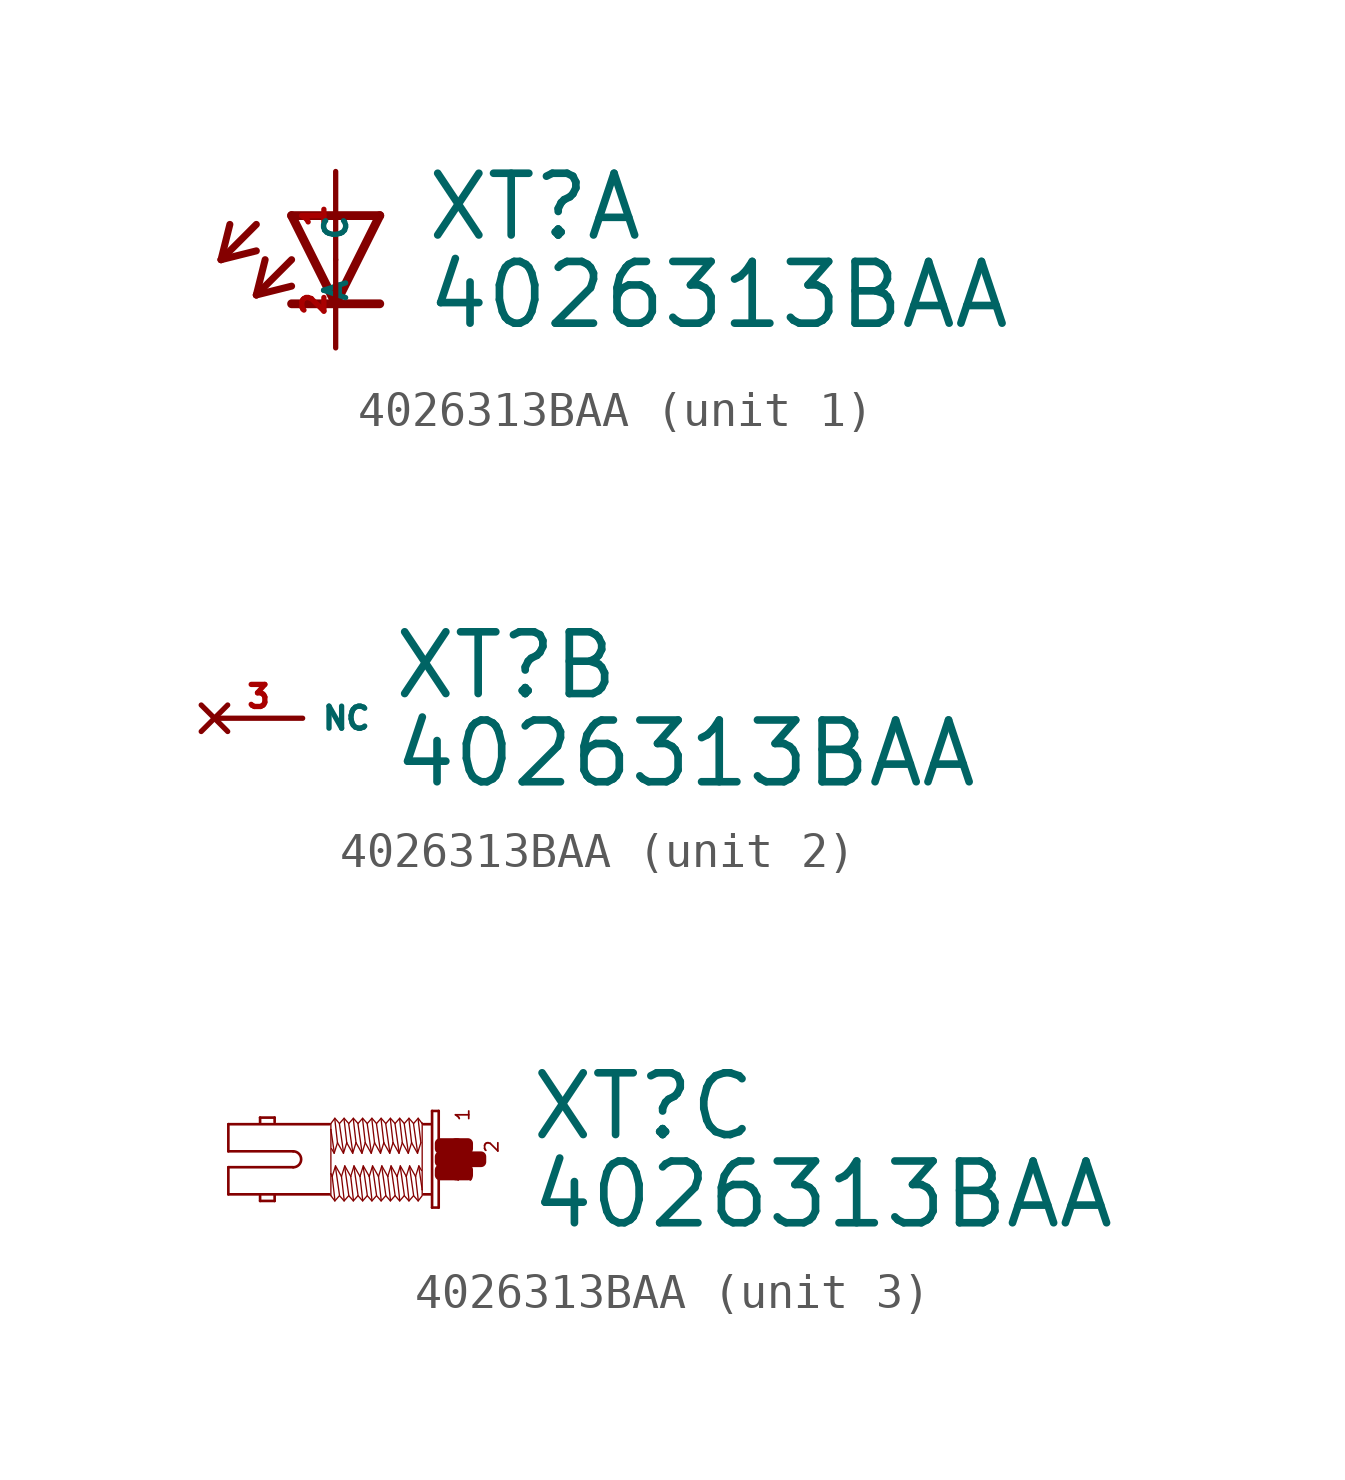
<source format=kicad_sym>
(kicad_symbol_lib
  (version 20220914)
  (generator Eagle2Kicad)
  (symbol "4026313BAA"
    (property "Reference" "XT"
      (at 2.54 0.483 0)
      (effects (font (size 1.778 1.778) (thickness 0.22)) (justify left bottom)))
    (property "Value" "4026313BAA"
      (at 2.54 -2.057 0)
      (effects (font (size 1.778 1.778) (thickness 0.22)) (justify left bottom)))
    (symbol "4026313BAA_1_0"
      (polyline (pts (xy -1.27 1.27) (xy 0 -1.27)) (stroke (width 0.254) (type default)) (fill (type none)))
      (polyline (pts (xy 0 -1.27) (xy 1.27 1.27)) (stroke (width 0.254) (type default)) (fill (type none)))
      (polyline (pts (xy 1.27 -1.27) (xy 0 -1.27)) (stroke (width 0.254) (type default)) (fill (type none)))
      (polyline (pts (xy 1.27 1.27) (xy -1.27 1.27)) (stroke (width 0.254) (type default)) (fill (type none)))
      (polyline (pts (xy 0 -1.27) (xy -1.27 -1.27)) (stroke (width 0.254) (type default)) (fill (type none)))
      (polyline (pts (xy -2.286 1.016) (xy -3.302 0)) (stroke (width 0.203) (type default)) (fill (type none)))
      (polyline (pts (xy -3.302 0) (xy -2.286 0.254)) (stroke (width 0.203) (type default)) (fill (type none)))
      (polyline (pts (xy -3.302 0) (xy -3.048 1.016)) (stroke (width 0.203) (type default)) (fill (type none)))
      (polyline (pts (xy -1.27 0) (xy -2.286 -1.016)) (stroke (width 0.203) (type default)) (fill (type none)))
      (polyline (pts (xy -2.286 -1.016) (xy -1.27 -0.762)) (stroke (width 0.203) (type default)) (fill (type none)))
      (polyline (pts (xy -2.286 -1.016) (xy -2.032 0)) (stroke (width 0.203) (type default)) (fill (type none)))
      (pin passive line (at 0 2.54 270) (length 2.54) (name "A" (effects (font (size 0.635 0.635) (thickness 0.08)) (justify left bottom))) (number "1" (effects (font (size 0.635 0.635) (thickness 0.08)) (justify left bottom))))
      (pin passive line (at 0 -2.54 90) (length 2.54) (name "C" (effects (font (size 0.635 0.635) (thickness 0.08)) (justify left bottom))) (number "2" (effects (font (size 0.635 0.635) (thickness 0.08)) (justify left bottom)))))
    (symbol "4026313BAA_2_0"
      (pin no_connect line (at -2.54 0 0) (length 2.54) (name "NC" (effects (font (size 0.635 0.635) (thickness 0.08)) (justify left bottom) hide)) (number "3" (effects (font (size 0.635 0.635) (thickness 0.08)) (justify left bottom) hide))))
    (symbol "4026313BAA_3_0"
      (polyline (pts (xy -0.038 1.391) (xy -0.038 -1.391)) (stroke (width 0.076) (type default)) (fill (type none)))
      (polyline (pts (xy -0.038 -1.391) (xy -0.229 -1.391)) (stroke (width 0.076) (type default)) (fill (type none)))
      (polyline (pts (xy -0.229 -1.391) (xy -0.229 1.391)) (stroke (width 0.076) (type default)) (fill (type none)))
      (polyline (pts (xy -0.229 1.391) (xy -0.038 1.391)) (stroke (width 0.076) (type default)) (fill (type none)))
      (polyline (pts (xy -0.267 1.01) (xy -0.476 1.01)) (stroke (width 0.076) (type default)) (fill (type none)))
      (polyline (pts (xy -0.267 -1.01) (xy -0.476 -1.01)) (stroke (width 0.076) (type default)) (fill (type none)))
      (polyline (pts (xy -3.181 -1.01) (xy -6.096 -1.01)) (stroke (width 0.076) (type default)) (fill (type none)))
      (polyline (pts (xy -6.096 -1.01) (xy -6.096 -0.229)) (stroke (width 0.076) (type default)) (fill (type none)))
      (polyline (pts (xy -6.096 -0.229) (xy -4.229 -0.229)) (stroke (width 0.076) (type default)) (fill (type none)))
      (polyline (pts (xy -4.229 0.229) (xy -6.096 0.229)) (stroke (width 0.076) (type default)) (fill (type none)))
      (polyline (pts (xy -6.096 0.229) (xy -6.096 1.01)) (stroke (width 0.076) (type default)) (fill (type none)))
      (polyline (pts (xy -6.096 1.01) (xy -3.181 1.01)) (stroke (width 0.076) (type default)) (fill (type none)))
      (polyline (pts (xy -4.763 -1.029) (xy -4.763 -1.2)) (stroke (width 0.076) (type default)) (fill (type none)))
      (polyline (pts (xy -4.763 -1.2) (xy -5.182 -1.2)) (stroke (width 0.076) (type default)) (fill (type none)))
      (polyline (pts (xy -5.182 -1.2) (xy -5.182 -1.048)) (stroke (width 0.076) (type default)) (fill (type none)))
      (polyline (pts (xy -4.763 1.067) (xy -4.763 1.2)) (stroke (width 0.076) (type default)) (fill (type none)))
      (polyline (pts (xy -4.763 1.2) (xy -5.182 1.2)) (stroke (width 0.076) (type default)) (fill (type none)))
      (polyline (pts (xy -5.182 1.2) (xy -5.182 1.048)) (stroke (width 0.076) (type default)) (fill (type none)))
      (polyline (pts (xy -0.514 -1.048) (xy -0.629 -1.2)) (stroke (width 0.038) (type default)) (fill (type none)))
      (polyline (pts (xy -0.629 -1.2) (xy -0.762 -1.048)) (stroke (width 0.038) (type default)) (fill (type none)))
      (polyline (pts (xy -0.762 -1.048) (xy -0.895 -1.2)) (stroke (width 0.038) (type default)) (fill (type none)))
      (polyline (pts (xy -0.895 -1.2) (xy -1.029 -1.048)) (stroke (width 0.038) (type default)) (fill (type none)))
      (polyline (pts (xy -1.029 -1.048) (xy -1.162 -1.2)) (stroke (width 0.038) (type default)) (fill (type none)))
      (polyline (pts (xy -1.162 -1.2) (xy -1.295 -1.048)) (stroke (width 0.038) (type default)) (fill (type none)))
      (polyline (pts (xy -1.295 -1.048) (xy -1.429 -1.2)) (stroke (width 0.038) (type default)) (fill (type none)))
      (polyline (pts (xy -1.429 -1.2) (xy -1.562 -1.048)) (stroke (width 0.038) (type default)) (fill (type none)))
      (polyline (pts (xy -1.562 -1.048) (xy -1.696 -1.2)) (stroke (width 0.038) (type default)) (fill (type none)))
      (polyline (pts (xy -1.696 -1.2) (xy -1.829 -1.048)) (stroke (width 0.038) (type default)) (fill (type none)))
      (polyline (pts (xy -1.829 -1.048) (xy -1.962 -1.2)) (stroke (width 0.038) (type default)) (fill (type none)))
      (polyline (pts (xy -1.962 -1.2) (xy -2.095 -1.048)) (stroke (width 0.038) (type default)) (fill (type none)))
      (polyline (pts (xy -2.095 -1.048) (xy -2.229 -1.2)) (stroke (width 0.038) (type default)) (fill (type none)))
      (polyline (pts (xy -2.229 -1.2) (xy -2.362 -1.048)) (stroke (width 0.038) (type default)) (fill (type none)))
      (polyline (pts (xy -2.362 -1.048) (xy -2.496 -1.2)) (stroke (width 0.038) (type default)) (fill (type none)))
      (polyline (pts (xy -2.496 -1.2) (xy -2.629 -1.048)) (stroke (width 0.038) (type default)) (fill (type none)))
      (polyline (pts (xy -2.629 -1.048) (xy -2.762 -1.2)) (stroke (width 0.038) (type default)) (fill (type none)))
      (polyline (pts (xy -2.762 -1.2) (xy -2.896 -1.048)) (stroke (width 0.038) (type default)) (fill (type none)))
      (polyline (pts (xy -2.896 -1.048) (xy -3.029 -1.2)) (stroke (width 0.038) (type default)) (fill (type none)))
      (polyline (pts (xy -3.029 -1.2) (xy -3.143 -1.048)) (stroke (width 0.038) (type default)) (fill (type none)))
      (polyline (pts (xy -3.143 -1.048) (xy -3.143 -0.419)) (stroke (width 0.038) (type default)) (fill (type none)))
      (polyline (pts (xy -3.143 -0.419) (xy -3.143 0.857)) (stroke (width 0.038) (type default)) (fill (type none)))
      (polyline (pts (xy -3.143 0.857) (xy -3.143 1.029)) (stroke (width 0.038) (type default)) (fill (type none)))
      (polyline (pts (xy -0.514 1.048) (xy -0.514 1.029)) (stroke (width 0.038) (type default)) (fill (type none)))
      (polyline (pts (xy -0.514 1.029) (xy -0.514 -0.876)) (stroke (width 0.038) (type default)) (fill (type none)))
      (polyline (pts (xy -0.514 -0.876) (xy -0.514 -1.029)) (stroke (width 0.038) (type default)) (fill (type none)))
      (polyline (pts (xy -0.533 -0.324) (xy -0.61 -0.191)) (stroke (width 0.038) (type default)) (fill (type none)))
      (polyline (pts (xy -0.61 -0.191) (xy -0.705 -0.495)) (stroke (width 0.038) (type default)) (fill (type none)))
      (polyline (pts (xy -0.705 -0.495) (xy -0.876 -0.191)) (stroke (width 0.038) (type default)) (fill (type none)))
      (polyline (pts (xy -0.876 -0.191) (xy -0.972 -0.495)) (stroke (width 0.038) (type default)) (fill (type none)))
      (polyline (pts (xy -0.972 -0.495) (xy -1.143 -0.191)) (stroke (width 0.038) (type default)) (fill (type none)))
      (polyline (pts (xy -1.143 -0.191) (xy -1.238 -0.495)) (stroke (width 0.038) (type default)) (fill (type none)))
      (polyline (pts (xy -1.238 -0.495) (xy -1.41 -0.191)) (stroke (width 0.038) (type default)) (fill (type none)))
      (polyline (pts (xy -1.41 -0.191) (xy -1.505 -0.495)) (stroke (width 0.038) (type default)) (fill (type none)))
      (polyline (pts (xy -1.505 -0.495) (xy -1.676 -0.191)) (stroke (width 0.038) (type default)) (fill (type none)))
      (polyline (pts (xy -1.676 -0.191) (xy -1.772 -0.495)) (stroke (width 0.038) (type default)) (fill (type none)))
      (polyline (pts (xy -1.772 -0.495) (xy -1.943 -0.191)) (stroke (width 0.038) (type default)) (fill (type none)))
      (polyline (pts (xy -1.943 -0.191) (xy -2.038 -0.495)) (stroke (width 0.038) (type default)) (fill (type none)))
      (polyline (pts (xy -2.038 -0.495) (xy -2.21 -0.191)) (stroke (width 0.038) (type default)) (fill (type none)))
      (polyline (pts (xy -2.21 -0.191) (xy -2.305 -0.495)) (stroke (width 0.038) (type default)) (fill (type none)))
      (polyline (pts (xy -2.305 -0.495) (xy -2.477 -0.191)) (stroke (width 0.038) (type default)) (fill (type none)))
      (polyline (pts (xy -2.477 -0.191) (xy -2.572 -0.495)) (stroke (width 0.038) (type default)) (fill (type none)))
      (polyline (pts (xy -2.572 -0.495) (xy -2.743 -0.191)) (stroke (width 0.038) (type default)) (fill (type none)))
      (polyline (pts (xy -2.743 -0.191) (xy -2.838 -0.495)) (stroke (width 0.038) (type default)) (fill (type none)))
      (polyline (pts (xy -2.838 -0.495) (xy -3.01 -0.191)) (stroke (width 0.038) (type default)) (fill (type none)))
      (polyline (pts (xy -3.01 -0.191) (xy -3.105 -0.495)) (stroke (width 0.038) (type default)) (fill (type none)))
      (polyline (pts (xy -3.105 -0.495) (xy -3.143 -0.419)) (stroke (width 0.038) (type default)) (fill (type none)))
      (polyline (pts (xy -3.029 -1.162) (xy -3.105 -0.495)) (stroke (width 0.038) (type default)) (fill (type none)))
      (polyline (pts (xy -2.896 -1.029) (xy -3.01 -0.229)) (stroke (width 0.038) (type default)) (fill (type none)))
      (polyline (pts (xy -2.762 -1.162) (xy -2.838 -0.495)) (stroke (width 0.038) (type default)) (fill (type none)))
      (polyline (pts (xy -2.629 -1.029) (xy -2.743 -0.229)) (stroke (width 0.038) (type default)) (fill (type none)))
      (polyline (pts (xy -2.496 -1.162) (xy -2.572 -0.495)) (stroke (width 0.038) (type default)) (fill (type none)))
      (polyline (pts (xy -2.362 -1.029) (xy -2.477 -0.229)) (stroke (width 0.038) (type default)) (fill (type none)))
      (polyline (pts (xy -2.229 -1.162) (xy -2.305 -0.495)) (stroke (width 0.038) (type default)) (fill (type none)))
      (polyline (pts (xy -2.095 -1.029) (xy -2.21 -0.229)) (stroke (width 0.038) (type default)) (fill (type none)))
      (polyline (pts (xy -1.962 -1.162) (xy -2.038 -0.495)) (stroke (width 0.038) (type default)) (fill (type none)))
      (polyline (pts (xy -1.829 -1.029) (xy -1.943 -0.229)) (stroke (width 0.038) (type default)) (fill (type none)))
      (polyline (pts (xy -1.696 -1.162) (xy -1.772 -0.495)) (stroke (width 0.038) (type default)) (fill (type none)))
      (polyline (pts (xy -1.562 -1.029) (xy -1.676 -0.229)) (stroke (width 0.038) (type default)) (fill (type none)))
      (polyline (pts (xy -1.429 -1.162) (xy -1.505 -0.495)) (stroke (width 0.038) (type default)) (fill (type none)))
      (polyline (pts (xy -1.295 -1.029) (xy -1.41 -0.229)) (stroke (width 0.038) (type default)) (fill (type none)))
      (polyline (pts (xy -1.162 -1.162) (xy -1.238 -0.495)) (stroke (width 0.038) (type default)) (fill (type none)))
      (polyline (pts (xy -1.029 -1.029) (xy -1.143 -0.229)) (stroke (width 0.038) (type default)) (fill (type none)))
      (polyline (pts (xy -0.895 -1.162) (xy -0.972 -0.495)) (stroke (width 0.038) (type default)) (fill (type none)))
      (polyline (pts (xy -0.762 -1.029) (xy -0.876 -0.229)) (stroke (width 0.038) (type default)) (fill (type none)))
      (polyline (pts (xy -0.629 -1.162) (xy -0.705 -0.495)) (stroke (width 0.038) (type default)) (fill (type none)))
      (polyline (pts (xy -0.514 -0.876) (xy -0.61 -0.229)) (stroke (width 0.038) (type default)) (fill (type none)))
      (polyline (pts (xy -3.143 1.029) (xy -3.029 1.181)) (stroke (width 0.038) (type default)) (fill (type none)))
      (polyline (pts (xy -3.029 1.181) (xy -2.896 1.029)) (stroke (width 0.038) (type default)) (fill (type none)))
      (polyline (pts (xy -2.896 1.029) (xy -2.762 1.181)) (stroke (width 0.038) (type default)) (fill (type none)))
      (polyline (pts (xy -2.762 1.181) (xy -2.629 1.029)) (stroke (width 0.038) (type default)) (fill (type none)))
      (polyline (pts (xy -2.629 1.029) (xy -2.496 1.181)) (stroke (width 0.038) (type default)) (fill (type none)))
      (polyline (pts (xy -2.496 1.181) (xy -2.362 1.029)) (stroke (width 0.038) (type default)) (fill (type none)))
      (polyline (pts (xy -2.362 1.029) (xy -2.229 1.181)) (stroke (width 0.038) (type default)) (fill (type none)))
      (polyline (pts (xy -2.229 1.181) (xy -2.095 1.029)) (stroke (width 0.038) (type default)) (fill (type none)))
      (polyline (pts (xy -2.095 1.029) (xy -1.962 1.181)) (stroke (width 0.038) (type default)) (fill (type none)))
      (polyline (pts (xy -1.962 1.181) (xy -1.829 1.029)) (stroke (width 0.038) (type default)) (fill (type none)))
      (polyline (pts (xy -1.829 1.029) (xy -1.696 1.181)) (stroke (width 0.038) (type default)) (fill (type none)))
      (polyline (pts (xy -1.696 1.181) (xy -1.562 1.029)) (stroke (width 0.038) (type default)) (fill (type none)))
      (polyline (pts (xy -1.562 1.029) (xy -1.429 1.181)) (stroke (width 0.038) (type default)) (fill (type none)))
      (polyline (pts (xy -1.429 1.181) (xy -1.295 1.029)) (stroke (width 0.038) (type default)) (fill (type none)))
      (polyline (pts (xy -1.295 1.029) (xy -1.162 1.181)) (stroke (width 0.038) (type default)) (fill (type none)))
      (polyline (pts (xy -1.162 1.181) (xy -1.029 1.029)) (stroke (width 0.038) (type default)) (fill (type none)))
      (polyline (pts (xy -1.029 1.029) (xy -0.895 1.181)) (stroke (width 0.038) (type default)) (fill (type none)))
      (polyline (pts (xy -0.895 1.181) (xy -0.762 1.029)) (stroke (width 0.038) (type default)) (fill (type none)))
      (polyline (pts (xy -0.762 1.029) (xy -0.629 1.181)) (stroke (width 0.038) (type default)) (fill (type none)))
      (polyline (pts (xy -0.629 1.181) (xy -0.514 1.029)) (stroke (width 0.038) (type default)) (fill (type none)))
      (polyline (pts (xy -3.124 0.305) (xy -3.048 0.172)) (stroke (width 0.038) (type default)) (fill (type none)))
      (polyline (pts (xy -3.048 0.172) (xy -2.953 0.476)) (stroke (width 0.038) (type default)) (fill (type none)))
      (polyline (pts (xy -2.953 0.476) (xy -2.781 0.172)) (stroke (width 0.038) (type default)) (fill (type none)))
      (polyline (pts (xy -2.781 0.172) (xy -2.686 0.476)) (stroke (width 0.038) (type default)) (fill (type none)))
      (polyline (pts (xy -2.686 0.476) (xy -2.515 0.172)) (stroke (width 0.038) (type default)) (fill (type none)))
      (polyline (pts (xy -2.515 0.172) (xy -2.419 0.476)) (stroke (width 0.038) (type default)) (fill (type none)))
      (polyline (pts (xy -2.419 0.476) (xy -2.248 0.172)) (stroke (width 0.038) (type default)) (fill (type none)))
      (polyline (pts (xy -2.248 0.172) (xy -2.153 0.476)) (stroke (width 0.038) (type default)) (fill (type none)))
      (polyline (pts (xy -2.153 0.476) (xy -1.981 0.172)) (stroke (width 0.038) (type default)) (fill (type none)))
      (polyline (pts (xy -1.981 0.172) (xy -1.886 0.476)) (stroke (width 0.038) (type default)) (fill (type none)))
      (polyline (pts (xy -1.886 0.476) (xy -1.714 0.172)) (stroke (width 0.038) (type default)) (fill (type none)))
      (polyline (pts (xy -1.714 0.172) (xy -1.619 0.476)) (stroke (width 0.038) (type default)) (fill (type none)))
      (polyline (pts (xy -1.619 0.476) (xy -1.448 0.172)) (stroke (width 0.038) (type default)) (fill (type none)))
      (polyline (pts (xy -1.448 0.172) (xy -1.353 0.476)) (stroke (width 0.038) (type default)) (fill (type none)))
      (polyline (pts (xy -1.353 0.476) (xy -1.181 0.172)) (stroke (width 0.038) (type default)) (fill (type none)))
      (polyline (pts (xy -1.181 0.172) (xy -1.086 0.476)) (stroke (width 0.038) (type default)) (fill (type none)))
      (polyline (pts (xy -1.086 0.476) (xy -0.914 0.172)) (stroke (width 0.038) (type default)) (fill (type none)))
      (polyline (pts (xy -0.914 0.172) (xy -0.819 0.476)) (stroke (width 0.038) (type default)) (fill (type none)))
      (polyline (pts (xy -0.819 0.476) (xy -0.648 0.172)) (stroke (width 0.038) (type default)) (fill (type none)))
      (polyline (pts (xy -0.648 0.172) (xy -0.552 0.476)) (stroke (width 0.038) (type default)) (fill (type none)))
      (polyline (pts (xy -0.629 1.143) (xy -0.552 0.476)) (stroke (width 0.038) (type default)) (fill (type none)))
      (polyline (pts (xy -0.762 1.01) (xy -0.648 0.21)) (stroke (width 0.038) (type default)) (fill (type none)))
      (polyline (pts (xy -0.895 1.143) (xy -0.819 0.476)) (stroke (width 0.038) (type default)) (fill (type none)))
      (polyline (pts (xy -1.029 1.01) (xy -0.914 0.21)) (stroke (width 0.038) (type default)) (fill (type none)))
      (polyline (pts (xy -1.162 1.143) (xy -1.086 0.476)) (stroke (width 0.038) (type default)) (fill (type none)))
      (polyline (pts (xy -1.295 1.01) (xy -1.181 0.21)) (stroke (width 0.038) (type default)) (fill (type none)))
      (polyline (pts (xy -1.429 1.143) (xy -1.353 0.476)) (stroke (width 0.038) (type default)) (fill (type none)))
      (polyline (pts (xy -1.562 1.01) (xy -1.448 0.21)) (stroke (width 0.038) (type default)) (fill (type none)))
      (polyline (pts (xy -1.696 1.143) (xy -1.619 0.476)) (stroke (width 0.038) (type default)) (fill (type none)))
      (polyline (pts (xy -1.829 1.01) (xy -1.714 0.21)) (stroke (width 0.038) (type default)) (fill (type none)))
      (polyline (pts (xy -1.962 1.143) (xy -1.886 0.476)) (stroke (width 0.038) (type default)) (fill (type none)))
      (polyline (pts (xy -2.095 1.01) (xy -1.981 0.21)) (stroke (width 0.038) (type default)) (fill (type none)))
      (polyline (pts (xy -2.229 1.143) (xy -2.153 0.476)) (stroke (width 0.038) (type default)) (fill (type none)))
      (polyline (pts (xy -2.362 1.01) (xy -2.248 0.21)) (stroke (width 0.038) (type default)) (fill (type none)))
      (polyline (pts (xy -2.496 1.143) (xy -2.419 0.476)) (stroke (width 0.038) (type default)) (fill (type none)))
      (polyline (pts (xy -2.629 1.01) (xy -2.515 0.21)) (stroke (width 0.038) (type default)) (fill (type none)))
      (polyline (pts (xy -2.762 1.143) (xy -2.686 0.476)) (stroke (width 0.038) (type default)) (fill (type none)))
      (polyline (pts (xy -2.896 1.01) (xy -2.781 0.21)) (stroke (width 0.038) (type default)) (fill (type none)))
      (polyline (pts (xy -3.029 1.143) (xy -2.953 0.476)) (stroke (width 0.038) (type default)) (fill (type none)))
      (polyline (pts (xy -3.143 0.857) (xy -3.048 0.21)) (stroke (width 0.038) (type default)) (fill (type none)))
      (arc (start -4.2291 -0.2286) (mid -4.001 0.000) (end -4.2291 0.2286) (stroke (width 0.0762) (type default)) (fill (type none)))
      (text "1" (at 0.876 1.067 1800) (effects (font (size 0.381 0.381) (thickness 0.05)) (justify left bottom)))
      (text "3" (at 0.953 -0.686 1800) (effects (font (size 0.381 0.381) (thickness 0.05)) (justify left bottom)))
      (text "2" (at 1.714 0.152 1800) (effects (font (size 0.381 0.381) (thickness 0.05)) (justify left bottom)))
      (rectangle (start 0 -0.457) (end 0.495 -0.305) (stroke (width 0.3) (type default)) (fill (type outline)))
      (rectangle (start 0 -0.076) (end 0.876 0.076) (stroke (width 0.3) (type default)) (fill (type outline)))
      (rectangle (start 0.457 -0.457) (end 0.8 -0.305) (stroke (width 0.3) (type default)) (fill (type outline)))
      (rectangle (start 0.838 -0.076) (end 1.181 0.076) (stroke (width 0.3) (type default)) (fill (type outline)))
      (rectangle (start 0.457 0.305) (end 0.8 0.457) (stroke (width 0.3) (type default)) (fill (type outline)))
      (rectangle (start 0 0.305) (end 0.495 0.457) (stroke (width 0.3) (type default)) (fill (type outline))))))
</source>
